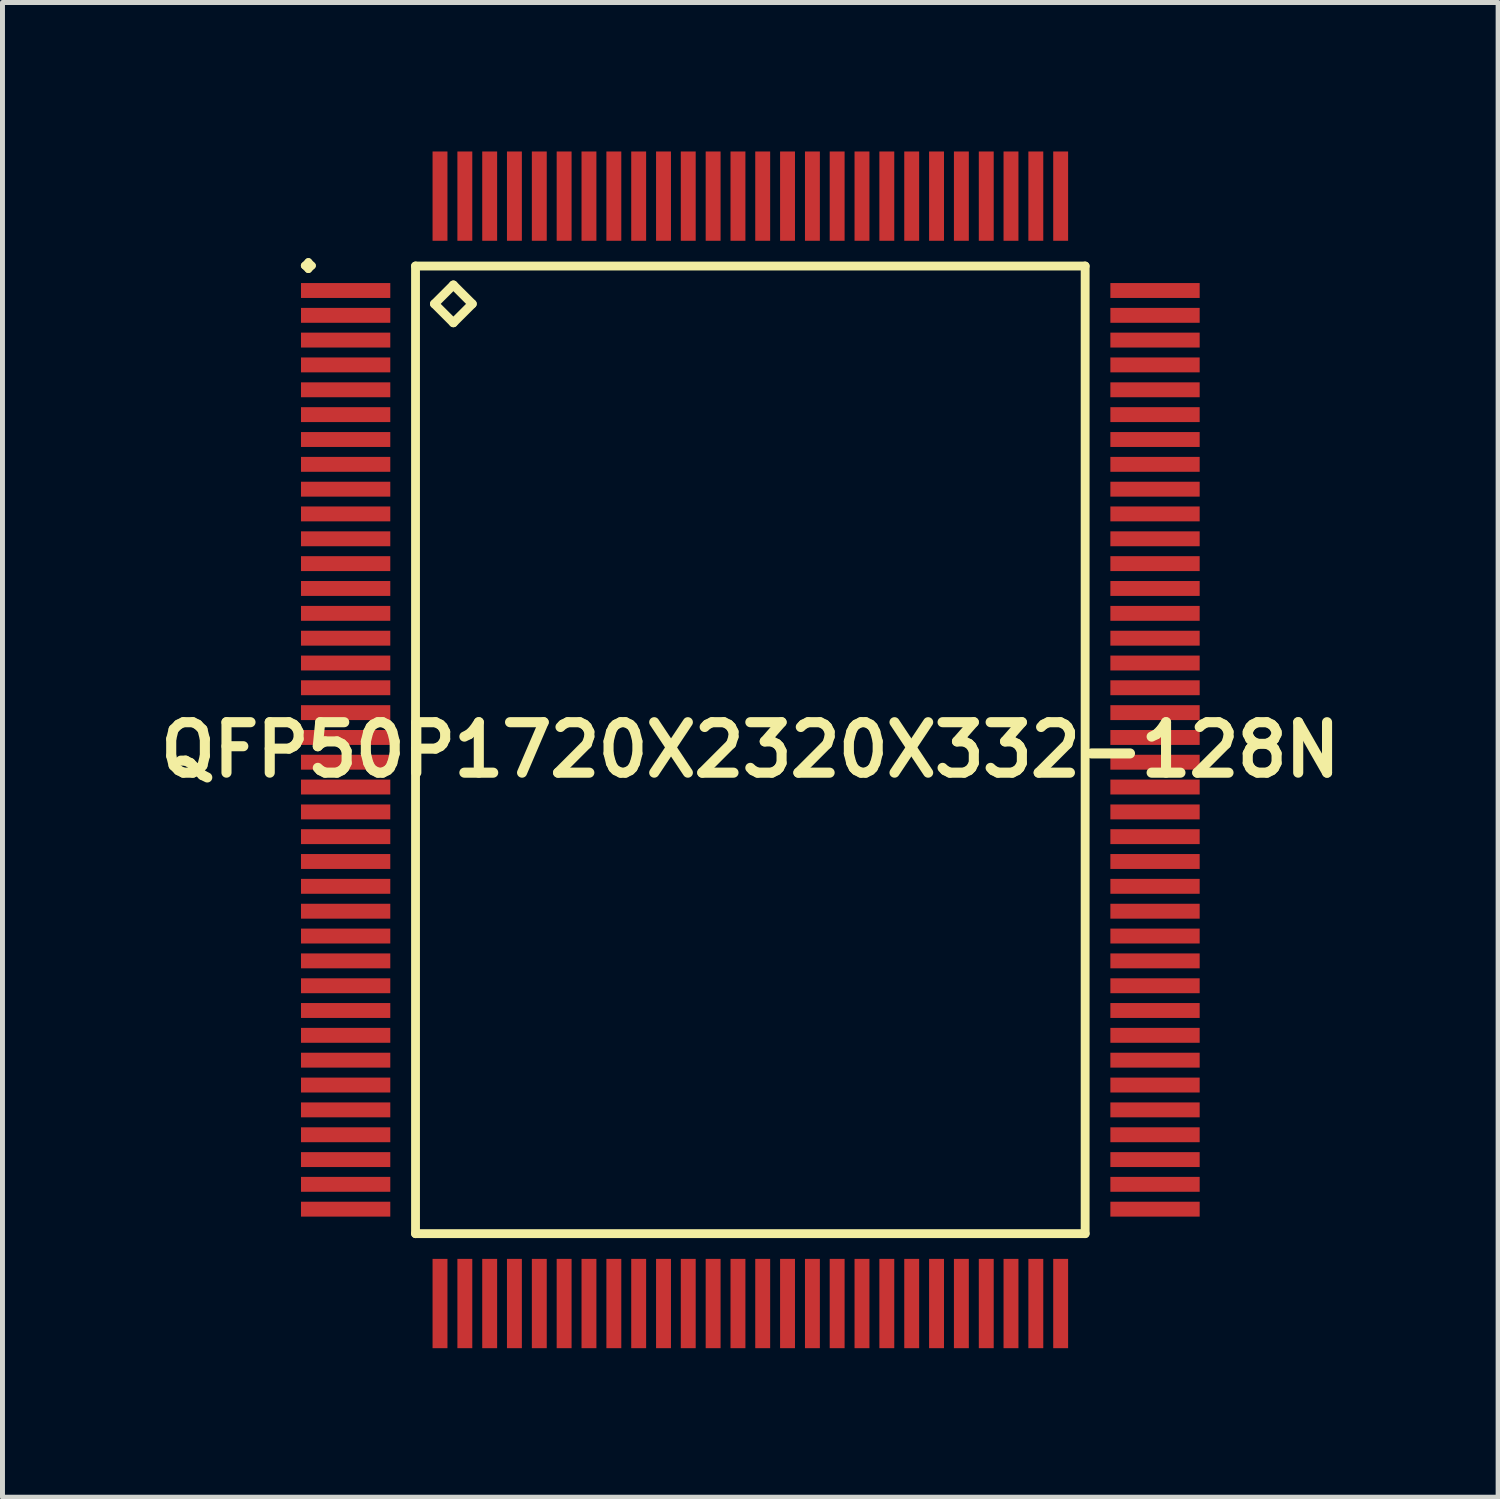
<source format=kicad_pcb>
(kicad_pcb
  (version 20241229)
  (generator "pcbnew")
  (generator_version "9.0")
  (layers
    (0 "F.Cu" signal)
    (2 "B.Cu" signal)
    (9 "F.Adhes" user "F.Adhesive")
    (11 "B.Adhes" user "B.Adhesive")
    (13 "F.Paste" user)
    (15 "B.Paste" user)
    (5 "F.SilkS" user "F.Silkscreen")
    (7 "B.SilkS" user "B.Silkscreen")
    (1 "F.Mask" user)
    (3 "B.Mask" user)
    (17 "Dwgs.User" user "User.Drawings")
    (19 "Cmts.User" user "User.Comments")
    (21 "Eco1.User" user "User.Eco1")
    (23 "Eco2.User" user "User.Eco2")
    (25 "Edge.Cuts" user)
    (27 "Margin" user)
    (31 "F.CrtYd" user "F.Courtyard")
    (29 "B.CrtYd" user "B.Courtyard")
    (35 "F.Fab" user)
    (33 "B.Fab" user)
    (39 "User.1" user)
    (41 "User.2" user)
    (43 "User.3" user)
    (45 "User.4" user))
  (footprint "QFP50P1720X2320X332-128N"
    (layer "F.Cu")
    (at 12.057 12.047)
    (property "Reference" "QFP50P1720X2320X332-128N" (at 0 0 0) (layer "F.SilkS") (effects (font (size 1.016 1.016) (thickness 0.203))))
    (attr smd)
    (fp_line (start -8.974 -9.749) (end -8.898 -9.825) (stroke (width 0.15) (type solid)) (layer "F.SilkS"))
    (fp_line (start -8.898 -9.825) (end -8.824 -9.749) (stroke (width 0.15) (type solid)) (layer "F.SilkS"))
    (fp_line (start -8.898 -9.675) (end -8.974 -9.749) (stroke (width 0.15) (type solid)) (layer "F.SilkS"))
    (fp_line (start -8.824 -9.749) (end -8.898 -9.675) (stroke (width 0.15) (type solid)) (layer "F.SilkS"))
    (fp_line (start -6.741 -9.741) (end -6.741 9.741) (stroke (width 0.178) (type solid)) (layer "F.SilkS"))
    (fp_line (start -6.741 9.741) (end 6.741 9.741) (stroke (width 0.178) (type solid)) (layer "F.SilkS"))
    (fp_line (start -6.36 -8.979) (end -5.979 -9.36) (stroke (width 0.178) (type solid)) (layer "F.SilkS"))
    (fp_line (start -5.979 -9.36) (end -5.598 -8.979) (stroke (width 0.178) (type solid)) (layer "F.SilkS"))
    (fp_line (start -5.979 -8.598) (end -6.36 -8.979) (stroke (width 0.178) (type solid)) (layer "F.SilkS"))
    (fp_line (start -5.598 -8.979) (end -5.979 -8.598) (stroke (width 0.178) (type solid)) (layer "F.SilkS"))
    (fp_line (start 6.741 -9.741) (end -6.741 -9.741) (stroke (width 0.178) (type solid)) (layer "F.SilkS"))
    (fp_line (start 6.741 9.741) (end 6.741 -9.741) (stroke (width 0.178) (type solid)) (layer "F.SilkS"))
    (pad "1" smd rect (at -8.148 -9.248) (size 1.798 0.3) (layers "F.Cu" "F.Mask" "F.Paste"))
    (pad "2" smd rect (at -8.148 -8.748) (size 1.798 0.3) (layers "F.Cu" "F.Mask" "F.Paste"))
    (pad "3" smd rect (at -8.148 -8.25) (size 1.798 0.3) (layers "F.Cu" "F.Mask" "F.Paste"))
    (pad "4" smd rect (at -8.148 -7.75) (size 1.798 0.3) (layers "F.Cu" "F.Mask" "F.Paste"))
    (pad "5" smd rect (at -8.148 -7.249) (size 1.798 0.3) (layers "F.Cu" "F.Mask" "F.Paste"))
    (pad "6" smd rect (at -8.148 -6.749) (size 1.798 0.3) (layers "F.Cu" "F.Mask" "F.Paste"))
    (pad "7" smd rect (at -8.148 -6.248) (size 1.798 0.3) (layers "F.Cu" "F.Mask" "F.Paste"))
    (pad "8" smd rect (at -8.148 -5.748) (size 1.798 0.3) (layers "F.Cu" "F.Mask" "F.Paste"))
    (pad "9" smd rect (at -8.148 -5.248) (size 1.798 0.3) (layers "F.Cu" "F.Mask" "F.Paste"))
    (pad "10" smd rect (at -8.148 -4.75) (size 1.798 0.3) (layers "F.Cu" "F.Mask" "F.Paste"))
    (pad "11" smd rect (at -8.148 -4.249) (size 1.798 0.3) (layers "F.Cu" "F.Mask" "F.Paste"))
    (pad "12" smd rect (at -8.148 -3.749) (size 1.798 0.3) (layers "F.Cu" "F.Mask" "F.Paste"))
    (pad "13" smd rect (at -8.148 -3.249) (size 1.798 0.3) (layers "F.Cu" "F.Mask" "F.Paste"))
    (pad "14" smd rect (at -8.148 -2.748) (size 1.798 0.3) (layers "F.Cu" "F.Mask" "F.Paste"))
    (pad "15" smd rect (at -8.148 -2.248) (size 1.798 0.3) (layers "F.Cu" "F.Mask" "F.Paste"))
    (pad "16" smd rect (at -8.148 -1.748) (size 1.798 0.3) (layers "F.Cu" "F.Mask" "F.Paste"))
    (pad "17" smd rect (at -8.148 -1.25) (size 1.798 0.3) (layers "F.Cu" "F.Mask" "F.Paste"))
    (pad "18" smd rect (at -8.148 -0.749) (size 1.798 0.3) (layers "F.Cu" "F.Mask" "F.Paste"))
    (pad "19" smd rect (at -8.148 -0.249) (size 1.798 0.3) (layers "F.Cu" "F.Mask" "F.Paste"))
    (pad "20" smd rect (at -8.148 0.249) (size 1.798 0.3) (layers "F.Cu" "F.Mask" "F.Paste"))
    (pad "21" smd rect (at -8.148 0.749) (size 1.798 0.3) (layers "F.Cu" "F.Mask" "F.Paste"))
    (pad "22" smd rect (at -8.148 1.25) (size 1.798 0.3) (layers "F.Cu" "F.Mask" "F.Paste"))
    (pad "23" smd rect (at -8.148 1.748) (size 1.798 0.3) (layers "F.Cu" "F.Mask" "F.Paste"))
    (pad "24" smd rect (at -8.148 2.248) (size 1.798 0.3) (layers "F.Cu" "F.Mask" "F.Paste"))
    (pad "25" smd rect (at -8.148 2.748) (size 1.798 0.3) (layers "F.Cu" "F.Mask" "F.Paste"))
    (pad "26" smd rect (at -8.148 3.249) (size 1.798 0.3) (layers "F.Cu" "F.Mask" "F.Paste"))
    (pad "27" smd rect (at -8.148 3.749) (size 1.798 0.3) (layers "F.Cu" "F.Mask" "F.Paste"))
    (pad "28" smd rect (at -8.148 4.249) (size 1.798 0.3) (layers "F.Cu" "F.Mask" "F.Paste"))
    (pad "29" smd rect (at -8.148 4.75) (size 1.798 0.3) (layers "F.Cu" "F.Mask" "F.Paste"))
    (pad "30" smd rect (at -8.148 5.248) (size 1.798 0.3) (layers "F.Cu" "F.Mask" "F.Paste"))
    (pad "31" smd rect (at -8.148 5.748) (size 1.798 0.3) (layers "F.Cu" "F.Mask" "F.Paste"))
    (pad "32" smd rect (at -8.148 6.248) (size 1.798 0.3) (layers "F.Cu" "F.Mask" "F.Paste"))
    (pad "33" smd rect (at -8.148 6.749) (size 1.798 0.3) (layers "F.Cu" "F.Mask" "F.Paste"))
    (pad "34" smd rect (at -8.148 7.249) (size 1.798 0.3) (layers "F.Cu" "F.Mask" "F.Paste"))
    (pad "35" smd rect (at -8.148 7.75) (size 1.798 0.3) (layers "F.Cu" "F.Mask" "F.Paste"))
    (pad "36" smd rect (at -8.148 8.25) (size 1.798 0.3) (layers "F.Cu" "F.Mask" "F.Paste"))
    (pad "37" smd rect (at -8.148 8.748) (size 1.798 0.3) (layers "F.Cu" "F.Mask" "F.Paste"))
    (pad "38" smd rect (at -8.148 9.248) (size 1.798 0.3) (layers "F.Cu" "F.Mask" "F.Paste"))
    (pad "39" smd rect (at -6.248 11.148) (size 0.3 1.798) (layers "F.Cu" "F.Mask" "F.Paste"))
    (pad "40" smd rect (at -5.748 11.148) (size 0.3 1.798) (layers "F.Cu" "F.Mask" "F.Paste"))
    (pad "41" smd rect (at -5.248 11.148) (size 0.3 1.798) (layers "F.Cu" "F.Mask" "F.Paste"))
    (pad "42" smd rect (at -4.75 11.148) (size 0.3 1.798) (layers "F.Cu" "F.Mask" "F.Paste"))
    (pad "43" smd rect (at -4.249 11.148) (size 0.3 1.798) (layers "F.Cu" "F.Mask" "F.Paste"))
    (pad "44" smd rect (at -3.749 11.148) (size 0.3 1.798) (layers "F.Cu" "F.Mask" "F.Paste"))
    (pad "45" smd rect (at -3.249 11.148) (size 0.3 1.798) (layers "F.Cu" "F.Mask" "F.Paste"))
    (pad "46" smd rect (at -2.748 11.148) (size 0.3 1.798) (layers "F.Cu" "F.Mask" "F.Paste"))
    (pad "47" smd rect (at -2.248 11.148) (size 0.3 1.798) (layers "F.Cu" "F.Mask" "F.Paste"))
    (pad "48" smd rect (at -1.748 11.148) (size 0.3 1.798) (layers "F.Cu" "F.Mask" "F.Paste"))
    (pad "49" smd rect (at -1.25 11.148) (size 0.3 1.798) (layers "F.Cu" "F.Mask" "F.Paste"))
    (pad "50" smd rect (at -0.749 11.148) (size 0.3 1.798) (layers "F.Cu" "F.Mask" "F.Paste"))
    (pad "51" smd rect (at -0.249 11.148) (size 0.3 1.798) (layers "F.Cu" "F.Mask" "F.Paste"))
    (pad "52" smd rect (at 0.249 11.148) (size 0.3 1.798) (layers "F.Cu" "F.Mask" "F.Paste"))
    (pad "53" smd rect (at 0.749 11.148) (size 0.3 1.798) (layers "F.Cu" "F.Mask" "F.Paste"))
    (pad "54" smd rect (at 1.25 11.148) (size 0.3 1.798) (layers "F.Cu" "F.Mask" "F.Paste"))
    (pad "55" smd rect (at 1.748 11.148) (size 0.3 1.798) (layers "F.Cu" "F.Mask" "F.Paste"))
    (pad "56" smd rect (at 2.248 11.148) (size 0.3 1.798) (layers "F.Cu" "F.Mask" "F.Paste"))
    (pad "57" smd rect (at 2.748 11.148) (size 0.3 1.798) (layers "F.Cu" "F.Mask" "F.Paste"))
    (pad "58" smd rect (at 3.249 11.148) (size 0.3 1.798) (layers "F.Cu" "F.Mask" "F.Paste"))
    (pad "59" smd rect (at 3.749 11.148) (size 0.3 1.798) (layers "F.Cu" "F.Mask" "F.Paste"))
    (pad "60" smd rect (at 4.249 11.148) (size 0.3 1.798) (layers "F.Cu" "F.Mask" "F.Paste"))
    (pad "61" smd rect (at 4.75 11.148) (size 0.3 1.798) (layers "F.Cu" "F.Mask" "F.Paste"))
    (pad "62" smd rect (at 5.248 11.148) (size 0.3 1.798) (layers "F.Cu" "F.Mask" "F.Paste"))
    (pad "63" smd rect (at 5.748 11.148) (size 0.3 1.798) (layers "F.Cu" "F.Mask" "F.Paste"))
    (pad "64" smd rect (at 6.248 11.148) (size 0.3 1.798) (layers "F.Cu" "F.Mask" "F.Paste"))
    (pad "65" smd rect (at 8.148 9.248) (size 1.798 0.3) (layers "F.Cu" "F.Mask" "F.Paste"))
    (pad "66" smd rect (at 8.148 8.748) (size 1.798 0.3) (layers "F.Cu" "F.Mask" "F.Paste"))
    (pad "67" smd rect (at 8.148 8.25) (size 1.798 0.3) (layers "F.Cu" "F.Mask" "F.Paste"))
    (pad "68" smd rect (at 8.148 7.75) (size 1.798 0.3) (layers "F.Cu" "F.Mask" "F.Paste"))
    (pad "69" smd rect (at 8.148 7.249) (size 1.798 0.3) (layers "F.Cu" "F.Mask" "F.Paste"))
    (pad "70" smd rect (at 8.148 6.749) (size 1.798 0.3) (layers "F.Cu" "F.Mask" "F.Paste"))
    (pad "71" smd rect (at 8.148 6.248) (size 1.798 0.3) (layers "F.Cu" "F.Mask" "F.Paste"))
    (pad "72" smd rect (at 8.148 5.748) (size 1.798 0.3) (layers "F.Cu" "F.Mask" "F.Paste"))
    (pad "73" smd rect (at 8.148 5.248) (size 1.798 0.3) (layers "F.Cu" "F.Mask" "F.Paste"))
    (pad "74" smd rect (at 8.148 4.75) (size 1.798 0.3) (layers "F.Cu" "F.Mask" "F.Paste"))
    (pad "75" smd rect (at 8.148 4.249) (size 1.798 0.3) (layers "F.Cu" "F.Mask" "F.Paste"))
    (pad "76" smd rect (at 8.148 3.749) (size 1.798 0.3) (layers "F.Cu" "F.Mask" "F.Paste"))
    (pad "77" smd rect (at 8.148 3.249) (size 1.798 0.3) (layers "F.Cu" "F.Mask" "F.Paste"))
    (pad "78" smd rect (at 8.148 2.748) (size 1.798 0.3) (layers "F.Cu" "F.Mask" "F.Paste"))
    (pad "79" smd rect (at 8.148 2.248) (size 1.798 0.3) (layers "F.Cu" "F.Mask" "F.Paste"))
    (pad "80" smd rect (at 8.148 1.748) (size 1.798 0.3) (layers "F.Cu" "F.Mask" "F.Paste"))
    (pad "81" smd rect (at 8.148 1.25) (size 1.798 0.3) (layers "F.Cu" "F.Mask" "F.Paste"))
    (pad "82" smd rect (at 8.148 0.749) (size 1.798 0.3) (layers "F.Cu" "F.Mask" "F.Paste"))
    (pad "83" smd rect (at 8.148 0.249) (size 1.798 0.3) (layers "F.Cu" "F.Mask" "F.Paste"))
    (pad "84" smd rect (at 8.148 -0.249) (size 1.798 0.3) (layers "F.Cu" "F.Mask" "F.Paste"))
    (pad "85" smd rect (at 8.148 -0.749) (size 1.798 0.3) (layers "F.Cu" "F.Mask" "F.Paste"))
    (pad "86" smd rect (at 8.148 -1.25) (size 1.798 0.3) (layers "F.Cu" "F.Mask" "F.Paste"))
    (pad "87" smd rect (at 8.148 -1.748) (size 1.798 0.3) (layers "F.Cu" "F.Mask" "F.Paste"))
    (pad "88" smd rect (at 8.148 -2.248) (size 1.798 0.3) (layers "F.Cu" "F.Mask" "F.Paste"))
    (pad "89" smd rect (at 8.148 -2.748) (size 1.798 0.3) (layers "F.Cu" "F.Mask" "F.Paste"))
    (pad "90" smd rect (at 8.148 -3.249) (size 1.798 0.3) (layers "F.Cu" "F.Mask" "F.Paste"))
    (pad "91" smd rect (at 8.148 -3.749) (size 1.798 0.3) (layers "F.Cu" "F.Mask" "F.Paste"))
    (pad "92" smd rect (at 8.148 -4.249) (size 1.798 0.3) (layers "F.Cu" "F.Mask" "F.Paste"))
    (pad "93" smd rect (at 8.148 -4.75) (size 1.798 0.3) (layers "F.Cu" "F.Mask" "F.Paste"))
    (pad "94" smd rect (at 8.148 -5.248) (size 1.798 0.3) (layers "F.Cu" "F.Mask" "F.Paste"))
    (pad "95" smd rect (at 8.148 -5.748) (size 1.798 0.3) (layers "F.Cu" "F.Mask" "F.Paste"))
    (pad "96" smd rect (at 8.148 -6.248) (size 1.798 0.3) (layers "F.Cu" "F.Mask" "F.Paste"))
    (pad "97" smd rect (at 8.148 -6.749) (size 1.798 0.3) (layers "F.Cu" "F.Mask" "F.Paste"))
    (pad "98" smd rect (at 8.148 -7.249) (size 1.798 0.3) (layers "F.Cu" "F.Mask" "F.Paste"))
    (pad "99" smd rect (at 8.148 -7.75) (size 1.798 0.3) (layers "F.Cu" "F.Mask" "F.Paste"))
    (pad "100" smd rect (at 8.148 -8.25) (size 1.798 0.3) (layers "F.Cu" "F.Mask" "F.Paste"))
    (pad "101" smd rect (at 8.148 -8.748) (size 1.798 0.3) (layers "F.Cu" "F.Mask" "F.Paste"))
    (pad "102" smd rect (at 8.148 -9.248) (size 1.798 0.3) (layers "F.Cu" "F.Mask" "F.Paste"))
    (pad "103" smd rect (at 6.248 -11.148) (size 0.3 1.798) (layers "F.Cu" "F.Mask" "F.Paste"))
    (pad "104" smd rect (at 5.748 -11.148) (size 0.3 1.798) (layers "F.Cu" "F.Mask" "F.Paste"))
    (pad "105" smd rect (at 5.248 -11.148) (size 0.3 1.798) (layers "F.Cu" "F.Mask" "F.Paste"))
    (pad "106" smd rect (at 4.75 -11.148) (size 0.3 1.798) (layers "F.Cu" "F.Mask" "F.Paste"))
    (pad "107" smd rect (at 4.249 -11.148) (size 0.3 1.798) (layers "F.Cu" "F.Mask" "F.Paste"))
    (pad "108" smd rect (at 3.749 -11.148) (size 0.3 1.798) (layers "F.Cu" "F.Mask" "F.Paste"))
    (pad "109" smd rect (at 3.249 -11.148) (size 0.3 1.798) (layers "F.Cu" "F.Mask" "F.Paste"))
    (pad "110" smd rect (at 2.748 -11.148) (size 0.3 1.798) (layers "F.Cu" "F.Mask" "F.Paste"))
    (pad "111" smd rect (at 2.248 -11.148) (size 0.3 1.798) (layers "F.Cu" "F.Mask" "F.Paste"))
    (pad "112" smd rect (at 1.748 -11.148) (size 0.3 1.798) (layers "F.Cu" "F.Mask" "F.Paste"))
    (pad "113" smd rect (at 1.25 -11.148) (size 0.3 1.798) (layers "F.Cu" "F.Mask" "F.Paste"))
    (pad "114" smd rect (at 0.749 -11.148) (size 0.3 1.798) (layers "F.Cu" "F.Mask" "F.Paste"))
    (pad "115" smd rect (at 0.249 -11.148) (size 0.3 1.798) (layers "F.Cu" "F.Mask" "F.Paste"))
    (pad "116" smd rect (at -0.249 -11.148) (size 0.3 1.798) (layers "F.Cu" "F.Mask" "F.Paste"))
    (pad "117" smd rect (at -0.749 -11.148) (size 0.3 1.798) (layers "F.Cu" "F.Mask" "F.Paste"))
    (pad "118" smd rect (at -1.25 -11.148) (size 0.3 1.798) (layers "F.Cu" "F.Mask" "F.Paste"))
    (pad "119" smd rect (at -1.748 -11.148) (size 0.3 1.798) (layers "F.Cu" "F.Mask" "F.Paste"))
    (pad "120" smd rect (at -2.248 -11.148) (size 0.3 1.798) (layers "F.Cu" "F.Mask" "F.Paste"))
    (pad "121" smd rect (at -2.748 -11.148) (size 0.3 1.798) (layers "F.Cu" "F.Mask" "F.Paste"))
    (pad "122" smd rect (at -3.249 -11.148) (size 0.3 1.798) (layers "F.Cu" "F.Mask" "F.Paste"))
    (pad "123" smd rect (at -3.749 -11.148) (size 0.3 1.798) (layers "F.Cu" "F.Mask" "F.Paste"))
    (pad "124" smd rect (at -4.249 -11.148) (size 0.3 1.798) (layers "F.Cu" "F.Mask" "F.Paste"))
    (pad "125" smd rect (at -4.75 -11.148) (size 0.3 1.798) (layers "F.Cu" "F.Mask" "F.Paste"))
    (pad "126" smd rect (at -5.248 -11.148) (size 0.3 1.798) (layers "F.Cu" "F.Mask" "F.Paste"))
    (pad "127" smd rect (at -5.748 -11.148) (size 0.3 1.798) (layers "F.Cu" "F.Mask" "F.Paste"))
    (pad "128" smd rect (at -6.248 -11.148) (size 0.3 1.798) (layers "F.Cu" "F.Mask" "F.Paste")))
  (gr_rect
    (start -3 -3)
    (end 27.113 27.094)
    (stroke (width 0.1) (type default))
    (fill no)
    (layer "Edge.Cuts")))
</source>
